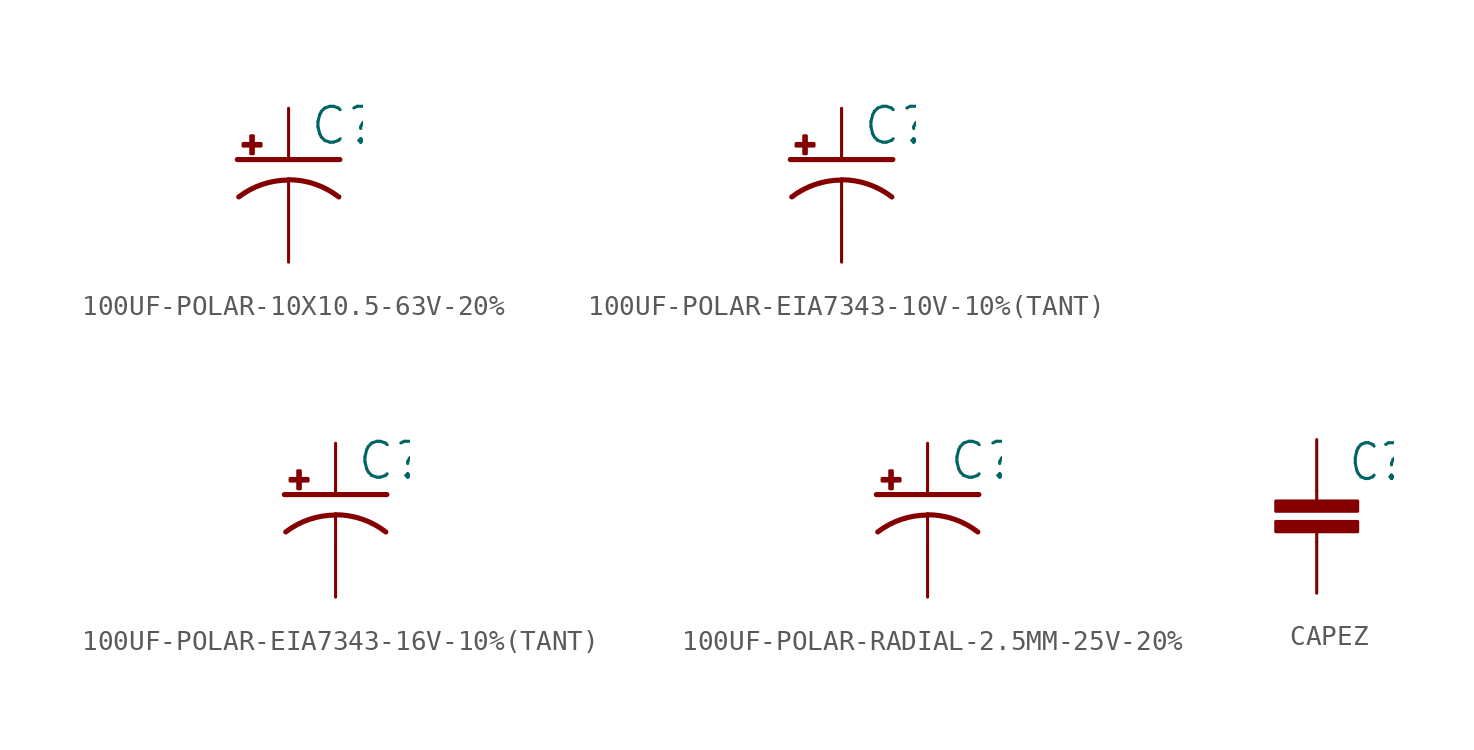
<source format=kicad_sym>
(kicad_symbol_lib
  (version 20241209)
  (generator "kicad_symbol_editor")
  (generator_version "9.0")
  (symbol "100UF-POLAR-10X10.5-63V-20%"
    (property "Reference" "C"
      (at 1.016 0.635 0)
      (effects (font (size 1.778 1.778)) (justify left bottom)))
    (property "Value" ""
      (at 1.016 -4.191 0)
      (effects (font (size 1.778 1.778)) (justify left bottom)))
    (property "ki_locked" ""
      (at 0 0 0)
      (effects (font (size 1.27 1.27))))
    (symbol "100UF-POLAR-10X10.5-63V-20%_1_0"
      (polyline (pts (xy -2.54 0) (xy 2.54 0)) (stroke (width 0.254) (type solid)) (fill (type none)))
      (rectangle (start -2.253 0.668) (end -1.364 0.795) (stroke (width 0) (type default)) (fill (type outline)))
      (rectangle (start -1.872 0.287) (end -1.745 1.176) (stroke (width 0) (type default)) (fill (type outline)))
      (arc (start -2.4669 -1.8504) (mid -1.3021 -1.2303) (end 0 -1.0161) (stroke (width 0.254) (type solid)) (fill (type none)))
      (polyline (pts (xy 0 -1.016) (xy 0 -2.54)) (stroke (width 0.152) (type solid)) (fill (type none)))
      (arc (start 0 -1) (mid 1.3158 -1.2195) (end 2.4892 -1.8541) (stroke (width 0.254) (type solid)) (fill (type none)))
      (pin passive line (at 0 2.54 270) (length 2.54) (name "+" (effects (font (size 0 0)))) (number "+" (effects (font (size 0 0)))))
      (pin passive line (at 0 -5.08 90) (length 2.54) (name "-" (effects (font (size 0 0)))) (number "-" (effects (font (size 0 0)))))))
  (symbol "100UF-POLAR-EIA7343-10V-10%(TANT)"
    (property "Reference" "C"
      (at 1.016 0.635 0)
      (effects (font (size 1.778 1.778)) (justify left bottom)))
    (property "Value" ""
      (at 1.016 -4.191 0)
      (effects (font (size 1.778 1.778)) (justify left bottom)))
    (property "ki_locked" ""
      (at 0 0 0)
      (effects (font (size 1.27 1.27))))
    (symbol "100UF-POLAR-EIA7343-10V-10%(TANT)_1_0"
      (polyline (pts (xy -2.54 0) (xy 2.54 0)) (stroke (width 0.254) (type solid)) (fill (type none)))
      (rectangle (start -2.253 0.668) (end -1.364 0.795) (stroke (width 0) (type default)) (fill (type outline)))
      (rectangle (start -1.872 0.287) (end -1.745 1.176) (stroke (width 0) (type default)) (fill (type outline)))
      (arc (start -2.4669 -1.8504) (mid -1.3021 -1.2303) (end 0 -1.0161) (stroke (width 0.254) (type solid)) (fill (type none)))
      (polyline (pts (xy 0 -1.016) (xy 0 -2.54)) (stroke (width 0.152) (type solid)) (fill (type none)))
      (arc (start 0 -1) (mid 1.3158 -1.2195) (end 2.4892 -1.8541) (stroke (width 0.254) (type solid)) (fill (type none)))
      (pin passive line (at 0 2.54 270) (length 2.54) (name "+" (effects (font (size 0 0)))) (number "A" (effects (font (size 0 0)))))
      (pin passive line (at 0 -5.08 90) (length 2.54) (name "-" (effects (font (size 0 0)))) (number "C" (effects (font (size 0 0)))))))
  (symbol "100UF-POLAR-EIA7343-16V-10%(TANT)"
    (property "Reference" "C"
      (at 1.016 0.635 0)
      (effects (font (size 1.778 1.778)) (justify left bottom)))
    (property "Value" ""
      (at 1.016 -4.191 0)
      (effects (font (size 1.778 1.778)) (justify left bottom)))
    (property "ki_locked" ""
      (at 0 0 0)
      (effects (font (size 1.27 1.27))))
    (symbol "100UF-POLAR-EIA7343-16V-10%(TANT)_1_0"
      (polyline (pts (xy -2.54 0) (xy 2.54 0)) (stroke (width 0.254) (type solid)) (fill (type none)))
      (rectangle (start -2.253 0.668) (end -1.364 0.795) (stroke (width 0) (type default)) (fill (type outline)))
      (rectangle (start -1.872 0.287) (end -1.745 1.176) (stroke (width 0) (type default)) (fill (type outline)))
      (arc (start -2.4669 -1.8504) (mid -1.3021 -1.2303) (end 0 -1.0161) (stroke (width 0.254) (type solid)) (fill (type none)))
      (polyline (pts (xy 0 -1.016) (xy 0 -2.54)) (stroke (width 0.152) (type solid)) (fill (type none)))
      (arc (start 0 -1) (mid 1.3158 -1.2195) (end 2.4892 -1.8541) (stroke (width 0.254) (type solid)) (fill (type none)))
      (pin passive line (at 0 2.54 270) (length 2.54) (name "+" (effects (font (size 0 0)))) (number "A" (effects (font (size 0 0)))))
      (pin passive line (at 0 -5.08 90) (length 2.54) (name "-" (effects (font (size 0 0)))) (number "C" (effects (font (size 0 0)))))))
  (symbol "100UF-POLAR-RADIAL-2.5MM-25V-20%"
    (property "Reference" "C"
      (at 1.016 0.635 0)
      (effects (font (size 1.778 1.778)) (justify left bottom)))
    (property "Value" ""
      (at 1.016 -4.191 0)
      (effects (font (size 1.778 1.778)) (justify left bottom)))
    (property "ki_locked" ""
      (at 0 0 0)
      (effects (font (size 1.27 1.27))))
    (symbol "100UF-POLAR-RADIAL-2.5MM-25V-20%_1_0"
      (polyline (pts (xy -2.54 0) (xy 2.54 0)) (stroke (width 0.254) (type solid)) (fill (type none)))
      (rectangle (start -2.253 0.668) (end -1.364 0.795) (stroke (width 0) (type default)) (fill (type outline)))
      (rectangle (start -1.872 0.287) (end -1.745 1.176) (stroke (width 0) (type default)) (fill (type outline)))
      (arc (start -2.4669 -1.8504) (mid -1.3021 -1.2303) (end 0 -1.0161) (stroke (width 0.254) (type solid)) (fill (type none)))
      (polyline (pts (xy 0 -1.016) (xy 0 -2.54)) (stroke (width 0.152) (type solid)) (fill (type none)))
      (arc (start 0 -1) (mid 1.3158 -1.2195) (end 2.4892 -1.8541) (stroke (width 0.254) (type solid)) (fill (type none)))
      (pin passive line (at 0 2.54 270) (length 2.54) (name "+" (effects (font (size 0 0)))) (number "1" (effects (font (size 0 0)))))
      (pin passive line (at 0 -5.08 90) (length 2.54) (name "-" (effects (font (size 0 0)))) (number "2" (effects (font (size 0 0)))))))
  (symbol "CAPEZ"
    (property "Reference" "C"
      (at 1.524 2.921 0)
      (effects (font (size 1.778 1.511)) (justify left bottom)))
    (property "Value" ""
      (at 1.524 -2.159 0)
      (effects (font (size 1.778 1.511)) (justify left bottom)))
    (property "ki_locked" ""
      (at 0 0 0)
      (effects (font (size 1.27 1.27))))
    (symbol "CAPEZ_1_0"
      (rectangle (start -2.032 1.524) (end 2.032 2.032) (stroke (width 0) (type default)) (fill (type outline)))
      (rectangle (start -2.032 0.508) (end 2.032 1.016) (stroke (width 0) (type default)) (fill (type outline)))
      (polyline (pts (xy 0 2.54) (xy 0 2.032)) (stroke (width 0.152) (type solid)) (fill (type none)))
      (polyline (pts (xy 0 0) (xy 0 0.508)) (stroke (width 0.152) (type solid)) (fill (type none)))
      (pin passive line (at 0 5.08 270) (length 2.54) (name "1" (effects (font (size 0 0)))) (number "1" (effects (font (size 0 0)))))
      (pin passive line (at 0 -2.54 90) (length 2.54) (name "2" (effects (font (size 0 0)))) (number "2" (effects (font (size 0 0))))))))
</source>
